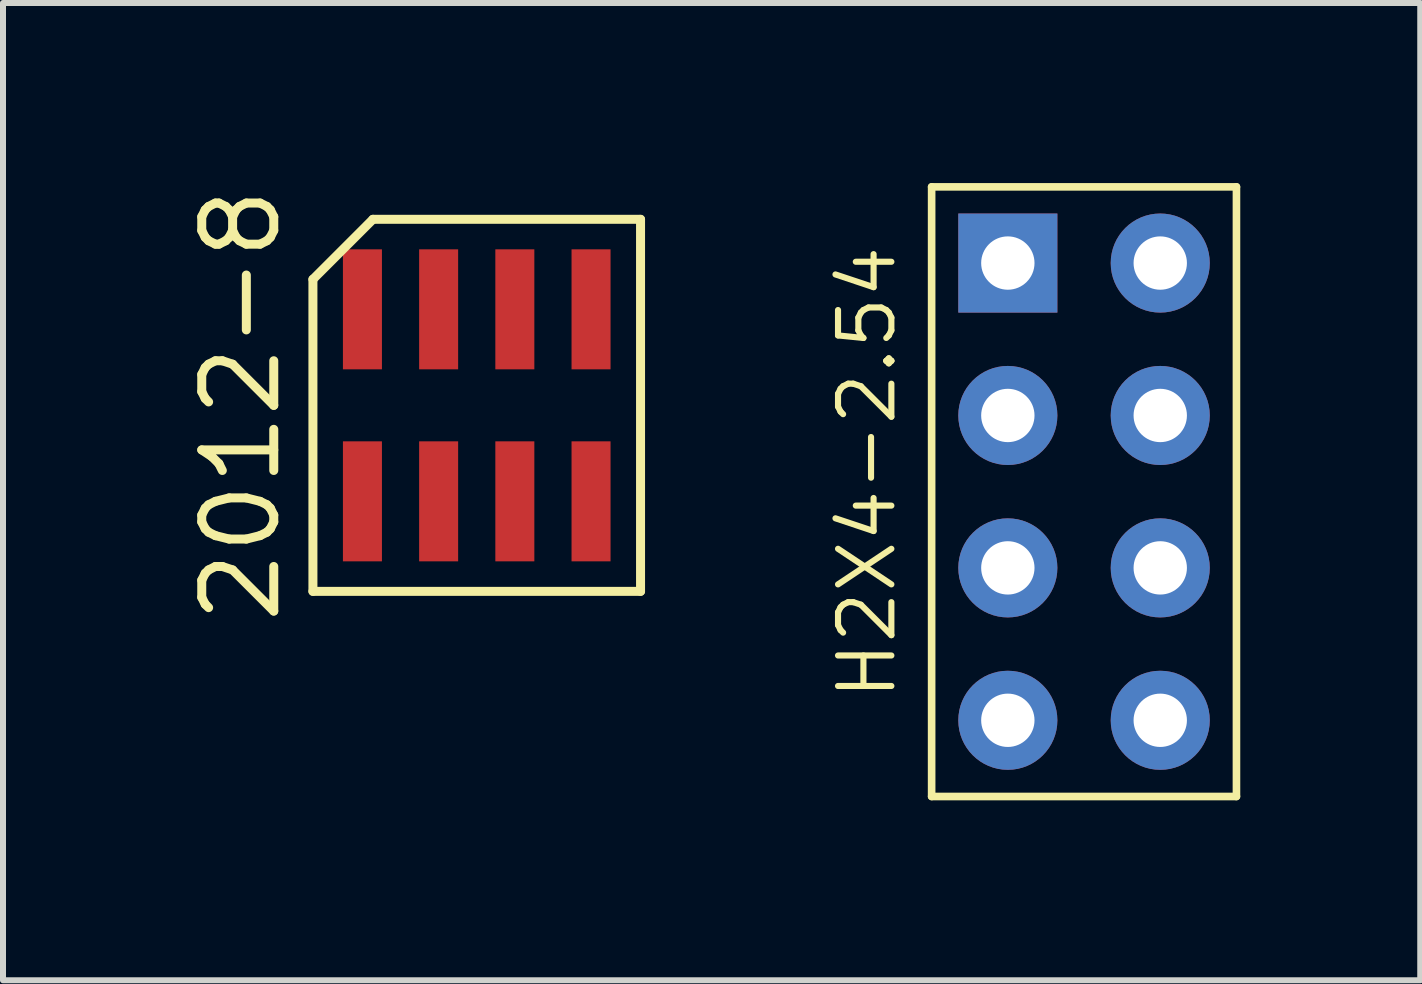
<source format=kicad_pcb>
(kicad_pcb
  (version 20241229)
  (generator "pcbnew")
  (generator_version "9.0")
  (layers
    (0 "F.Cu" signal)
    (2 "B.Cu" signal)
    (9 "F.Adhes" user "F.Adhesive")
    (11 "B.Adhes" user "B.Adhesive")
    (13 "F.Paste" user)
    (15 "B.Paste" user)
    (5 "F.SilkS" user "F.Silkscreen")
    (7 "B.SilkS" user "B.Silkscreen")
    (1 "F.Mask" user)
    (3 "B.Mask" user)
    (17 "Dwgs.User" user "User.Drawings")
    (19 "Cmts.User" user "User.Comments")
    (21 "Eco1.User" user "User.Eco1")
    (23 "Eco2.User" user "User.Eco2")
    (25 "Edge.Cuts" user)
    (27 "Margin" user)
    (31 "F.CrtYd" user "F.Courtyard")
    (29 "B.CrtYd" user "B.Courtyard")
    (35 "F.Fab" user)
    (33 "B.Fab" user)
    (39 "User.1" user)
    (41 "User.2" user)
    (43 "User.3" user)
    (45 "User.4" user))
  (footprint "2012-8"
    (layer "F.Cu")
    (at 4.895 3.705)
    (property "Reference" "2012-8" (at -3.93 0 90) (layer "F.SilkS") (effects (font (size 1.2 1.2) (thickness 0.15))))
    (attr through_hole)
    (fp_line (start -2.73 -2.1) (end -2.73 3.1) (stroke (width 0.15) (type solid)) (layer "F.SilkS"))
    (fp_line (start -2.73 3.1) (end 2.73 3.1) (stroke (width 0.15) (type solid)) (layer "F.SilkS"))
    (fp_line (start -1.73 -3.1) (end -2.73 -2.1) (stroke (width 0.15) (type solid)) (layer "F.SilkS"))
    (fp_line (start 2.73 -3.1) (end -1.73 -3.1) (stroke (width 0.15) (type solid)) (layer "F.SilkS"))
    (fp_line (start 2.73 3.1) (end 2.73 -3.1) (stroke (width 0.15) (type solid)) (layer "F.SilkS"))
    (pad "1" smd rect (at -1.905 1.6) (size 0.65 2) (layers "F.Cu" "F.Mask" "F.Paste"))
    (pad "2" smd rect (at -0.635 1.6) (size 0.65 2) (layers "F.Cu" "F.Mask" "F.Paste"))
    (pad "3" smd rect (at 0.635 1.6) (size 0.65 2) (layers "F.Cu" "F.Mask" "F.Paste"))
    (pad "4" smd rect (at 1.905 1.6) (size 0.65 2) (layers "F.Cu" "F.Mask" "F.Paste"))
    (pad "5" smd rect (at 1.905 -1.6) (size 0.65 2) (layers "F.Cu" "F.Mask" "F.Paste"))
    (pad "6" smd rect (at 0.635 -1.6) (size 0.65 2) (layers "F.Cu" "F.Mask" "F.Paste"))
    (pad "7" smd rect (at -0.635 -1.6) (size 0.65 2) (layers "F.Cu" "F.Mask" "F.Paste"))
    (pad "8" smd rect (at -1.905 -1.6) (size 0.65 2) (layers "F.Cu" "F.Mask" "F.Paste")))
  (footprint "H2X4-2.54"
    (layer "F.Cu")
    (at 15.016 5.144)
    (property "Reference" "H2X4-2.54" (at -3.617 -0.318 90) (layer "F.SilkS") (effects (font (size 0.889 0.889) (thickness 0.102))))
    (attr exclude_from_pos_files exclude_from_bom)
    (fp_line (start -2.54 -5.08) (end 2.54 -5.08) (stroke (width 0.066) (type solid)) (layer "F.SilkS"))
    (fp_line (start -2.54 -5.08) (end 2.54 -5.08) (stroke (width 0.127) (type solid)) (layer "F.SilkS"))
    (fp_line (start -2.54 5.08) (end -2.54 -5.08) (stroke (width 0.066) (type solid)) (layer "F.SilkS"))
    (fp_line (start -2.54 5.08) (end -2.54 -5.08) (stroke (width 0.127) (type solid)) (layer "F.SilkS"))
    (fp_line (start -2.54 5.08) (end 2.54 5.08) (stroke (width 0.066) (type solid)) (layer "F.SilkS"))
    (fp_line (start 2.54 -5.08) (end 2.54 5.08) (stroke (width 0.127) (type solid)) (layer "F.SilkS"))
    (fp_line (start 2.54 5.08) (end -2.54 5.08) (stroke (width 0.127) (type solid)) (layer "F.SilkS"))
    (fp_line (start 2.54 5.08) (end 2.54 -5.08) (stroke (width 0.066) (type solid)) (layer "F.SilkS"))
    (pad "1" thru_hole rect (at -1.27 -3.81) (size 1.651 1.651) (drill 0.889) (layers "*.Cu" "*.Paste" "*.Mask"))
    (pad "2" thru_hole circle (at -1.27 -1.27) (size 1.651 1.651) (drill 0.889) (layers "*.Cu" "*.Paste" "*.Mask"))
    (pad "3" thru_hole circle (at -1.27 1.27) (size 1.651 1.651) (drill 0.889) (layers "*.Cu" "*.Paste" "*.Mask"))
    (pad "4" thru_hole circle (at -1.27 3.81) (size 1.651 1.651) (drill 0.889) (layers "*.Cu" "*.Paste" "*.Mask"))
    (pad "5" thru_hole circle (at 1.27 3.81) (size 1.651 1.651) (drill 0.889) (layers "*.Cu" "*.Paste" "*.Mask"))
    (pad "6" thru_hole circle (at 1.27 1.27) (size 1.651 1.651) (drill 0.889) (layers "*.Cu" "*.Paste" "*.Mask"))
    (pad "7" thru_hole circle (at 1.27 -1.27) (size 1.651 1.651) (drill 0.889) (layers "*.Cu" "*.Paste" "*.Mask"))
    (pad "8" thru_hole circle (at 1.27 -3.81) (size 1.651 1.651) (drill 0.889) (layers "*.Cu" "*.Paste" "*.Mask")))
  (gr_rect
    (start -3 -3)
    (end 20.619 13.287)
    (stroke (width 0.1) (type default))
    (fill no)
    (layer "Edge.Cuts")))
</source>
